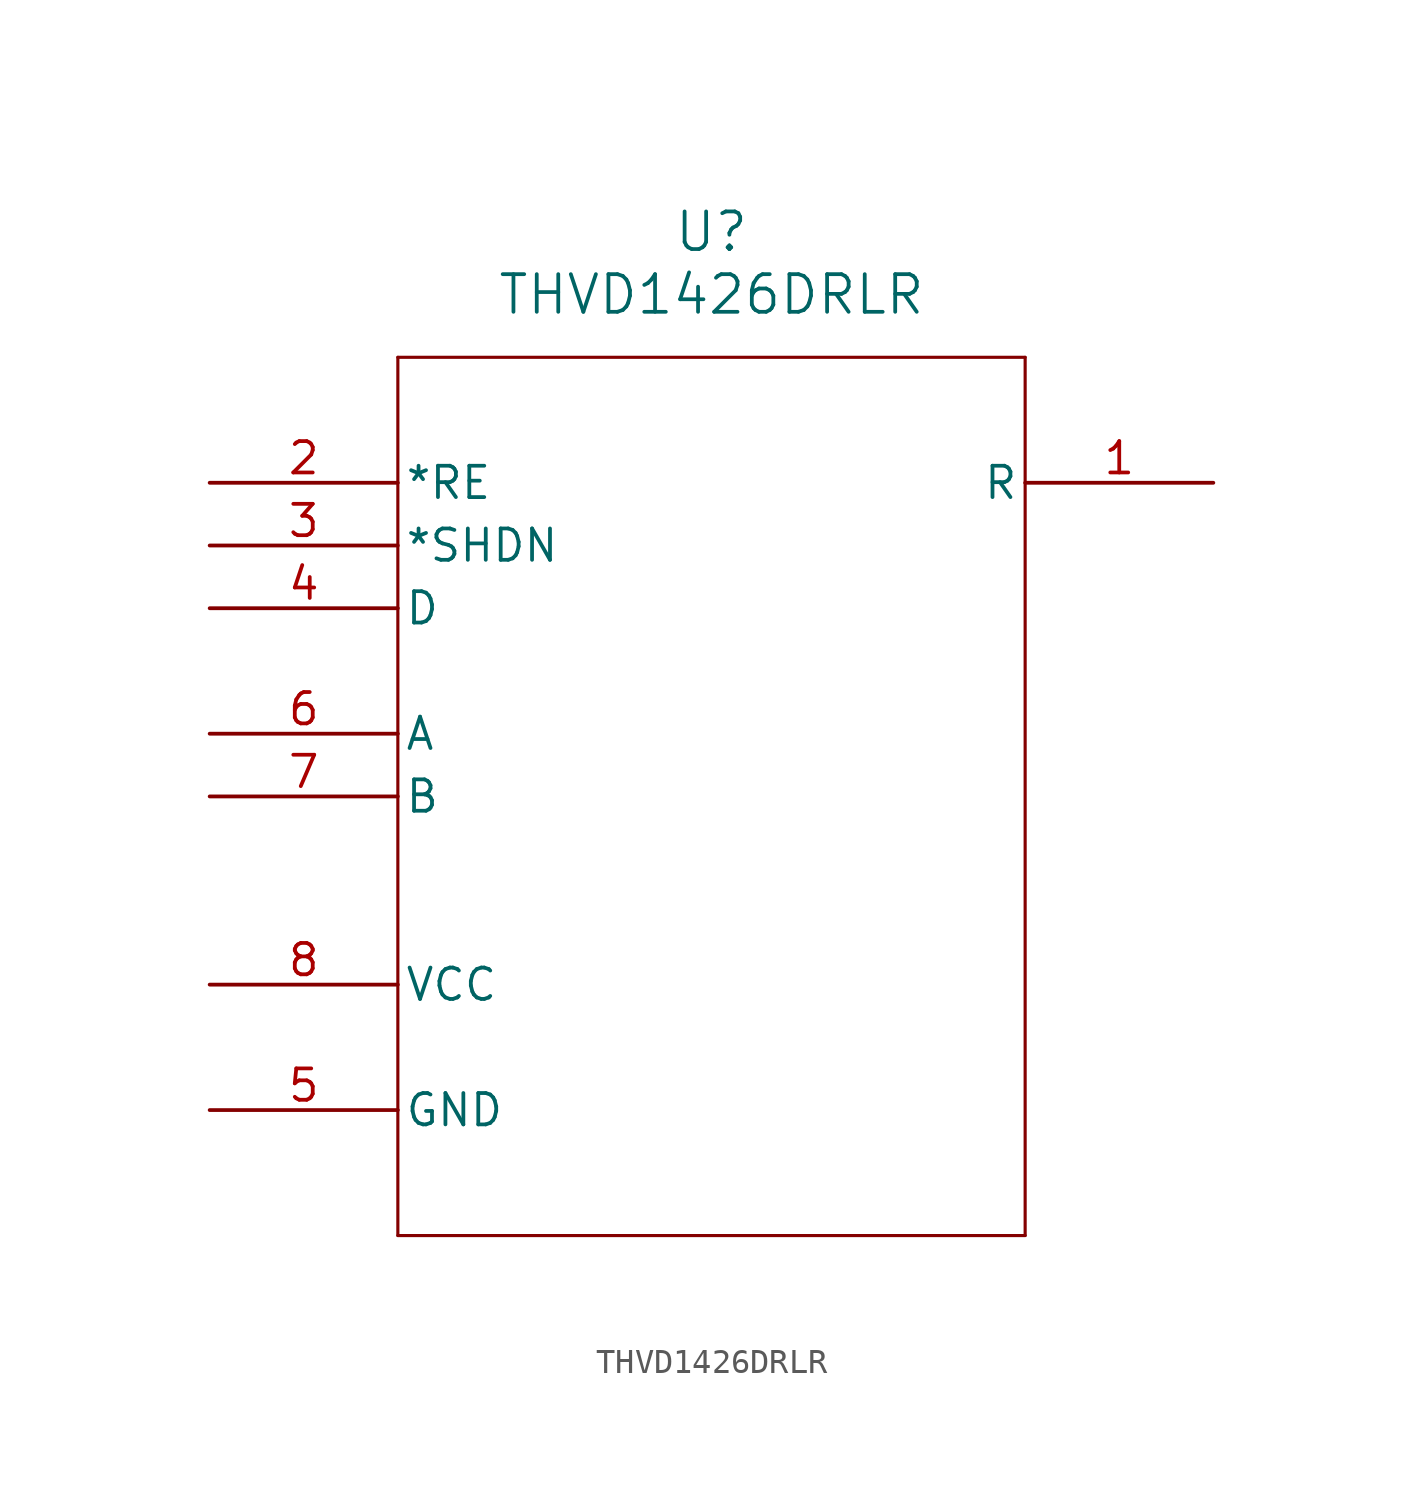
<source format=kicad_sym>
(kicad_symbol_lib
  (version 20211014)
  (generator kicad_symbol_editor)
  (symbol "THVD1426DRLR"
    (pin_names
      (offset 0.254))
    (property "Reference" "U"
      (at 20.32 10.16 0)
      (effects (font (size 1.524 1.524))))
    (property "Value" "THVD1426DRLR"
      (at 20.32 7.62 0)
      (effects (font (size 1.524 1.524))))
    (symbol "THVD1426DRLR_0_1"
      (polyline (pts (xy 7.62 5.08) (xy 7.62 -30.48)) (stroke (width 0.127) (type default) (color 0 0 0 0)) (fill (type none)))
      (polyline (pts (xy 7.62 -30.48) (xy 33.02 -30.48)) (stroke (width 0.127) (type default) (color 0 0 0 0)) (fill (type none)))
      (polyline (pts (xy 33.02 -30.48) (xy 33.02 5.08)) (stroke (width 0.127) (type default) (color 0 0 0 0)) (fill (type none)))
      (polyline (pts (xy 33.02 5.08) (xy 7.62 5.08)) (stroke (width 0.127) (type default) (color 0 0 0 0)) (fill (type none)))
      (pin output line (at 40.64 0 180) (length 7.62) (name "R" (effects (font (size 1.27 1.27)))) (number "1" (effects (font (size 1.27 1.27)))))
      (pin input line (at 0 0 0) (length 7.62) (name "*RE" (effects (font (size 1.27 1.27)))) (number "2" (effects (font (size 1.27 1.27)))))
      (pin input line (at 0 -2.54 0) (length 7.62) (name "*SHDN" (effects (font (size 1.27 1.27)))) (number "3" (effects (font (size 1.27 1.27)))))
      (pin input line (at 0 -5.08 0) (length 7.62) (name "D" (effects (font (size 1.27 1.27)))) (number "4" (effects (font (size 1.27 1.27)))))
      (pin power_out line (at 0 -25.4 0) (length 7.62) (name "GND" (effects (font (size 1.27 1.27)))) (number "5" (effects (font (size 1.27 1.27)))))
      (pin bidirectional line (at 0 -10.16 0) (length 7.62) (name "A" (effects (font (size 1.27 1.27)))) (number "6" (effects (font (size 1.27 1.27)))))
      (pin bidirectional line (at 0 -12.7 0) (length 7.62) (name "B" (effects (font (size 1.27 1.27)))) (number "7" (effects (font (size 1.27 1.27)))))
      (pin power_in line (at 0 -20.32 0) (length 7.62) (name "VCC" (effects (font (size 1.27 1.27)))) (number "8" (effects (font (size 1.27 1.27))))))))
</source>
